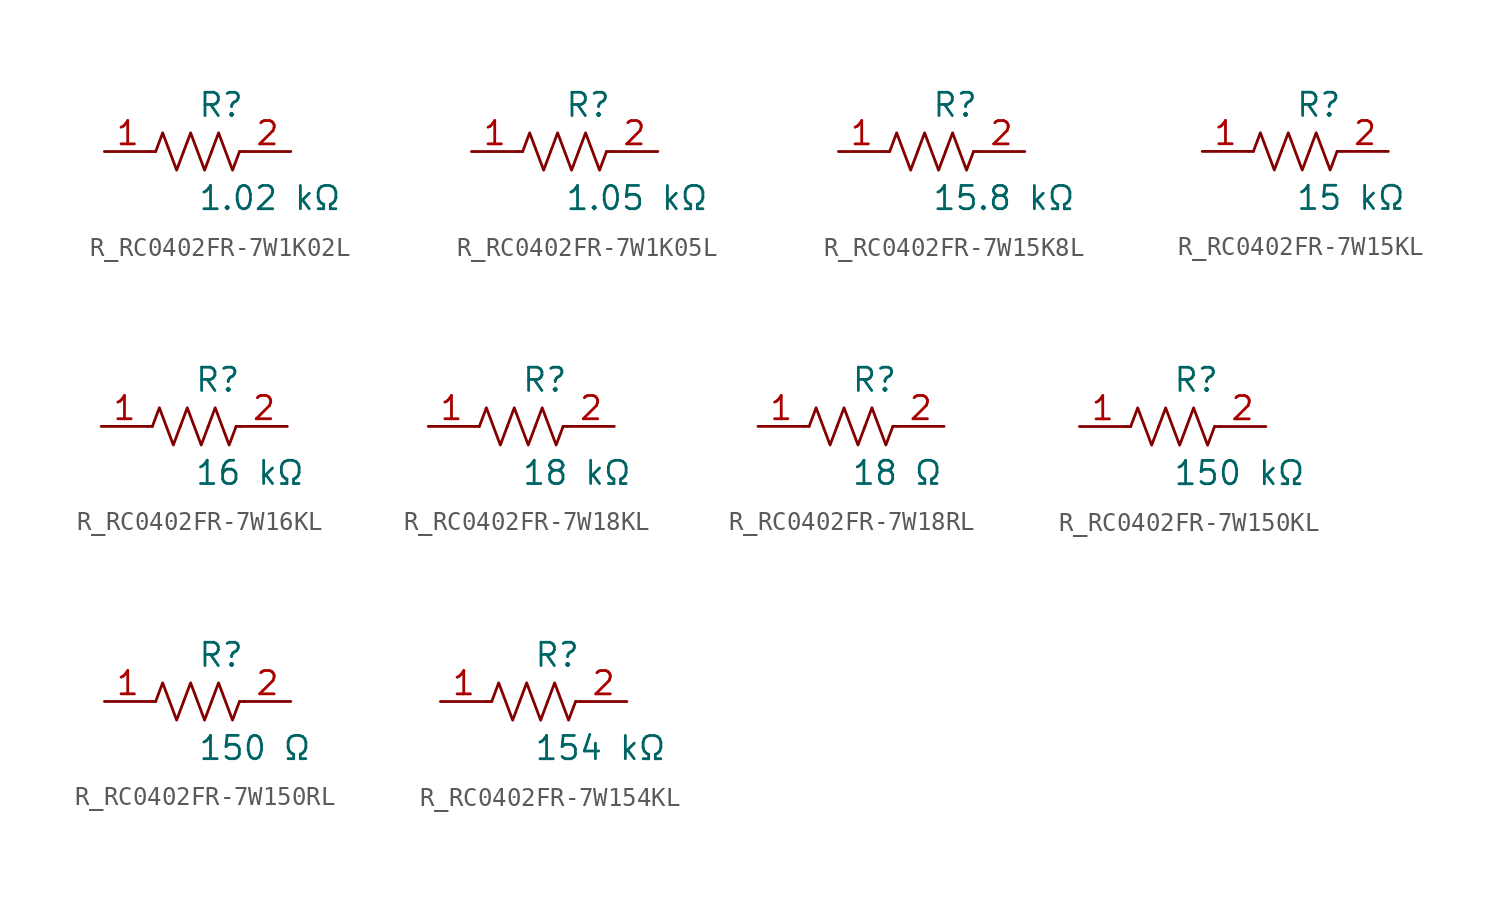
<source format=kicad_sym>
(kicad_symbol_lib
  (version 20231120)
  (generator kicad_symbol_editor)
  (generator_version 8.0)
  (symbol "R_RC0402FR-7W1K02L"
    (pin_names
      (offset 0.254))
    (property "Reference" "R"
      (at 0 2.54 0)
      (effects (font (size 1.27 1.27)) (justify left)))
    (property "Value" "1.02 kΩ"
      (at 0 -2.54 0)
      (effects (font (size 1.27 1.27)) (justify left)))
    (symbol "R_RC0402FR-7W1K02L_0_1"
      (polyline (pts (xy 2.286 0) (xy 2.54 0)) (stroke (width 0) (type default)) (fill (type none)))
      (polyline (pts (xy -2.286 0) (xy -2.54 0)) (stroke (width 0) (type default)) (fill (type none)))
      (polyline (pts (xy 0.762 0) (xy 1.143 1.016) (xy 1.524 0) (xy 1.905 -1.016) (xy 2.286 0)) (stroke (width 0) (type default)) (fill (type none)))
      (polyline (pts (xy -0.762 0) (xy -0.381 1.016) (xy 0 0) (xy 0.381 -1.016) (xy 0.762 0)) (stroke (width 0) (type default)) (fill (type none)))
      (polyline (pts (xy -2.286 0) (xy -1.905 1.016) (xy -1.524 0) (xy -1.143 -1.016) (xy -0.762 0)) (stroke (width 0) (type default)) (fill (type none))))
    (pin passive line
      (at -5.08 0 0)
      (length 2.54)
      (name "" (effects (font (size 1.27 1.27))))
      (number "1" (effects (font (size 1.27 1.27)))))
    (pin passive line
      (at 5.08 0 180)
      (length 2.54)
      (name "" (effects (font (size 1.27 1.27))))
      (number "2" (effects (font (size 1.27 1.27))))))
  (symbol "R_RC0402FR-7W1K05L"
    (pin_names
      (offset 0.254))
    (property "Reference" "R"
      (at 0 2.54 0)
      (effects (font (size 1.27 1.27)) (justify left)))
    (property "Value" "1.05 kΩ"
      (at 0 -2.54 0)
      (effects (font (size 1.27 1.27)) (justify left)))
    (symbol "R_RC0402FR-7W1K05L_0_1"
      (polyline (pts (xy 2.286 0) (xy 2.54 0)) (stroke (width 0) (type default)) (fill (type none)))
      (polyline (pts (xy -2.286 0) (xy -2.54 0)) (stroke (width 0) (type default)) (fill (type none)))
      (polyline (pts (xy 0.762 0) (xy 1.143 1.016) (xy 1.524 0) (xy 1.905 -1.016) (xy 2.286 0)) (stroke (width 0) (type default)) (fill (type none)))
      (polyline (pts (xy -0.762 0) (xy -0.381 1.016) (xy 0 0) (xy 0.381 -1.016) (xy 0.762 0)) (stroke (width 0) (type default)) (fill (type none)))
      (polyline (pts (xy -2.286 0) (xy -1.905 1.016) (xy -1.524 0) (xy -1.143 -1.016) (xy -0.762 0)) (stroke (width 0) (type default)) (fill (type none))))
    (pin passive line
      (at -5.08 0 0)
      (length 2.54)
      (name "" (effects (font (size 1.27 1.27))))
      (number "1" (effects (font (size 1.27 1.27)))))
    (pin passive line
      (at 5.08 0 180)
      (length 2.54)
      (name "" (effects (font (size 1.27 1.27))))
      (number "2" (effects (font (size 1.27 1.27))))))
  (symbol "R_RC0402FR-7W15K8L"
    (pin_names
      (offset 0.254))
    (property "Reference" "R"
      (at 0 2.54 0)
      (effects (font (size 1.27 1.27)) (justify left)))
    (property "Value" "15.8 kΩ"
      (at 0 -2.54 0)
      (effects (font (size 1.27 1.27)) (justify left)))
    (symbol "R_RC0402FR-7W15K8L_0_1"
      (polyline (pts (xy 2.286 0) (xy 2.54 0)) (stroke (width 0) (type default)) (fill (type none)))
      (polyline (pts (xy -2.286 0) (xy -2.54 0)) (stroke (width 0) (type default)) (fill (type none)))
      (polyline (pts (xy 0.762 0) (xy 1.143 1.016) (xy 1.524 0) (xy 1.905 -1.016) (xy 2.286 0)) (stroke (width 0) (type default)) (fill (type none)))
      (polyline (pts (xy -0.762 0) (xy -0.381 1.016) (xy 0 0) (xy 0.381 -1.016) (xy 0.762 0)) (stroke (width 0) (type default)) (fill (type none)))
      (polyline (pts (xy -2.286 0) (xy -1.905 1.016) (xy -1.524 0) (xy -1.143 -1.016) (xy -0.762 0)) (stroke (width 0) (type default)) (fill (type none))))
    (pin passive line
      (at -5.08 0 0)
      (length 2.54)
      (name "" (effects (font (size 1.27 1.27))))
      (number "1" (effects (font (size 1.27 1.27)))))
    (pin passive line
      (at 5.08 0 180)
      (length 2.54)
      (name "" (effects (font (size 1.27 1.27))))
      (number "2" (effects (font (size 1.27 1.27))))))
  (symbol "R_RC0402FR-7W15KL"
    (pin_names
      (offset 0.254))
    (property "Reference" "R"
      (at 0 2.54 0)
      (effects (font (size 1.27 1.27)) (justify left)))
    (property "Value" "15 kΩ"
      (at 0 -2.54 0)
      (effects (font (size 1.27 1.27)) (justify left)))
    (symbol "R_RC0402FR-7W15KL_0_1"
      (polyline (pts (xy 2.286 0) (xy 2.54 0)) (stroke (width 0) (type default)) (fill (type none)))
      (polyline (pts (xy -2.286 0) (xy -2.54 0)) (stroke (width 0) (type default)) (fill (type none)))
      (polyline (pts (xy 0.762 0) (xy 1.143 1.016) (xy 1.524 0) (xy 1.905 -1.016) (xy 2.286 0)) (stroke (width 0) (type default)) (fill (type none)))
      (polyline (pts (xy -0.762 0) (xy -0.381 1.016) (xy 0 0) (xy 0.381 -1.016) (xy 0.762 0)) (stroke (width 0) (type default)) (fill (type none)))
      (polyline (pts (xy -2.286 0) (xy -1.905 1.016) (xy -1.524 0) (xy -1.143 -1.016) (xy -0.762 0)) (stroke (width 0) (type default)) (fill (type none))))
    (pin passive line
      (at -5.08 0 0)
      (length 2.54)
      (name "" (effects (font (size 1.27 1.27))))
      (number "1" (effects (font (size 1.27 1.27)))))
    (pin passive line
      (at 5.08 0 180)
      (length 2.54)
      (name "" (effects (font (size 1.27 1.27))))
      (number "2" (effects (font (size 1.27 1.27))))))
  (symbol "R_RC0402FR-7W16KL"
    (pin_names
      (offset 0.254))
    (property "Reference" "R"
      (at 0 2.54 0)
      (effects (font (size 1.27 1.27)) (justify left)))
    (property "Value" "16 kΩ"
      (at 0 -2.54 0)
      (effects (font (size 1.27 1.27)) (justify left)))
    (symbol "R_RC0402FR-7W16KL_0_1"
      (polyline (pts (xy 2.286 0) (xy 2.54 0)) (stroke (width 0) (type default)) (fill (type none)))
      (polyline (pts (xy -2.286 0) (xy -2.54 0)) (stroke (width 0) (type default)) (fill (type none)))
      (polyline (pts (xy 0.762 0) (xy 1.143 1.016) (xy 1.524 0) (xy 1.905 -1.016) (xy 2.286 0)) (stroke (width 0) (type default)) (fill (type none)))
      (polyline (pts (xy -0.762 0) (xy -0.381 1.016) (xy 0 0) (xy 0.381 -1.016) (xy 0.762 0)) (stroke (width 0) (type default)) (fill (type none)))
      (polyline (pts (xy -2.286 0) (xy -1.905 1.016) (xy -1.524 0) (xy -1.143 -1.016) (xy -0.762 0)) (stroke (width 0) (type default)) (fill (type none))))
    (pin passive line
      (at -5.08 0 0)
      (length 2.54)
      (name "" (effects (font (size 1.27 1.27))))
      (number "1" (effects (font (size 1.27 1.27)))))
    (pin passive line
      (at 5.08 0 180)
      (length 2.54)
      (name "" (effects (font (size 1.27 1.27))))
      (number "2" (effects (font (size 1.27 1.27))))))
  (symbol "R_RC0402FR-7W18KL"
    (pin_names
      (offset 0.254))
    (property "Reference" "R"
      (at 0 2.54 0)
      (effects (font (size 1.27 1.27)) (justify left)))
    (property "Value" "18 kΩ"
      (at 0 -2.54 0)
      (effects (font (size 1.27 1.27)) (justify left)))
    (symbol "R_RC0402FR-7W18KL_0_1"
      (polyline (pts (xy 2.286 0) (xy 2.54 0)) (stroke (width 0) (type default)) (fill (type none)))
      (polyline (pts (xy -2.286 0) (xy -2.54 0)) (stroke (width 0) (type default)) (fill (type none)))
      (polyline (pts (xy 0.762 0) (xy 1.143 1.016) (xy 1.524 0) (xy 1.905 -1.016) (xy 2.286 0)) (stroke (width 0) (type default)) (fill (type none)))
      (polyline (pts (xy -0.762 0) (xy -0.381 1.016) (xy 0 0) (xy 0.381 -1.016) (xy 0.762 0)) (stroke (width 0) (type default)) (fill (type none)))
      (polyline (pts (xy -2.286 0) (xy -1.905 1.016) (xy -1.524 0) (xy -1.143 -1.016) (xy -0.762 0)) (stroke (width 0) (type default)) (fill (type none))))
    (pin passive line
      (at -5.08 0 0)
      (length 2.54)
      (name "" (effects (font (size 1.27 1.27))))
      (number "1" (effects (font (size 1.27 1.27)))))
    (pin passive line
      (at 5.08 0 180)
      (length 2.54)
      (name "" (effects (font (size 1.27 1.27))))
      (number "2" (effects (font (size 1.27 1.27))))))
  (symbol "R_RC0402FR-7W18RL"
    (pin_names
      (offset 0.254))
    (property "Reference" "R"
      (at 0 2.54 0)
      (effects (font (size 1.27 1.27)) (justify left)))
    (property "Value" "18 Ω"
      (at 0 -2.54 0)
      (effects (font (size 1.27 1.27)) (justify left)))
    (symbol "R_RC0402FR-7W18RL_0_1"
      (polyline (pts (xy 2.286 0) (xy 2.54 0)) (stroke (width 0) (type default)) (fill (type none)))
      (polyline (pts (xy -2.286 0) (xy -2.54 0)) (stroke (width 0) (type default)) (fill (type none)))
      (polyline (pts (xy 0.762 0) (xy 1.143 1.016) (xy 1.524 0) (xy 1.905 -1.016) (xy 2.286 0)) (stroke (width 0) (type default)) (fill (type none)))
      (polyline (pts (xy -0.762 0) (xy -0.381 1.016) (xy 0 0) (xy 0.381 -1.016) (xy 0.762 0)) (stroke (width 0) (type default)) (fill (type none)))
      (polyline (pts (xy -2.286 0) (xy -1.905 1.016) (xy -1.524 0) (xy -1.143 -1.016) (xy -0.762 0)) (stroke (width 0) (type default)) (fill (type none))))
    (pin passive line
      (at -5.08 0 0)
      (length 2.54)
      (name "" (effects (font (size 1.27 1.27))))
      (number "1" (effects (font (size 1.27 1.27)))))
    (pin passive line
      (at 5.08 0 180)
      (length 2.54)
      (name "" (effects (font (size 1.27 1.27))))
      (number "2" (effects (font (size 1.27 1.27))))))
  (symbol "R_RC0402FR-7W150KL"
    (pin_names
      (offset 0.254))
    (property "Reference" "R"
      (at 0 2.54 0)
      (effects (font (size 1.27 1.27)) (justify left)))
    (property "Value" "150 kΩ"
      (at 0 -2.54 0)
      (effects (font (size 1.27 1.27)) (justify left)))
    (symbol "R_RC0402FR-7W150KL_0_1"
      (polyline (pts (xy 2.286 0) (xy 2.54 0)) (stroke (width 0) (type default)) (fill (type none)))
      (polyline (pts (xy -2.286 0) (xy -2.54 0)) (stroke (width 0) (type default)) (fill (type none)))
      (polyline (pts (xy 0.762 0) (xy 1.143 1.016) (xy 1.524 0) (xy 1.905 -1.016) (xy 2.286 0)) (stroke (width 0) (type default)) (fill (type none)))
      (polyline (pts (xy -0.762 0) (xy -0.381 1.016) (xy 0 0) (xy 0.381 -1.016) (xy 0.762 0)) (stroke (width 0) (type default)) (fill (type none)))
      (polyline (pts (xy -2.286 0) (xy -1.905 1.016) (xy -1.524 0) (xy -1.143 -1.016) (xy -0.762 0)) (stroke (width 0) (type default)) (fill (type none))))
    (pin passive line
      (at -5.08 0 0)
      (length 2.54)
      (name "" (effects (font (size 1.27 1.27))))
      (number "1" (effects (font (size 1.27 1.27)))))
    (pin passive line
      (at 5.08 0 180)
      (length 2.54)
      (name "" (effects (font (size 1.27 1.27))))
      (number "2" (effects (font (size 1.27 1.27))))))
  (symbol "R_RC0402FR-7W150RL"
    (pin_names
      (offset 0.254))
    (property "Reference" "R"
      (at 0 2.54 0)
      (effects (font (size 1.27 1.27)) (justify left)))
    (property "Value" "150 Ω"
      (at 0 -2.54 0)
      (effects (font (size 1.27 1.27)) (justify left)))
    (symbol "R_RC0402FR-7W150RL_0_1"
      (polyline (pts (xy 2.286 0) (xy 2.54 0)) (stroke (width 0) (type default)) (fill (type none)))
      (polyline (pts (xy -2.286 0) (xy -2.54 0)) (stroke (width 0) (type default)) (fill (type none)))
      (polyline (pts (xy 0.762 0) (xy 1.143 1.016) (xy 1.524 0) (xy 1.905 -1.016) (xy 2.286 0)) (stroke (width 0) (type default)) (fill (type none)))
      (polyline (pts (xy -0.762 0) (xy -0.381 1.016) (xy 0 0) (xy 0.381 -1.016) (xy 0.762 0)) (stroke (width 0) (type default)) (fill (type none)))
      (polyline (pts (xy -2.286 0) (xy -1.905 1.016) (xy -1.524 0) (xy -1.143 -1.016) (xy -0.762 0)) (stroke (width 0) (type default)) (fill (type none))))
    (pin passive line
      (at -5.08 0 0)
      (length 2.54)
      (name "" (effects (font (size 1.27 1.27))))
      (number "1" (effects (font (size 1.27 1.27)))))
    (pin passive line
      (at 5.08 0 180)
      (length 2.54)
      (name "" (effects (font (size 1.27 1.27))))
      (number "2" (effects (font (size 1.27 1.27))))))
  (symbol "R_RC0402FR-7W154KL"
    (pin_names
      (offset 0.254))
    (property "Reference" "R"
      (at 0 2.54 0)
      (effects (font (size 1.27 1.27)) (justify left)))
    (property "Value" "154 kΩ"
      (at 0 -2.54 0)
      (effects (font (size 1.27 1.27)) (justify left)))
    (symbol "R_RC0402FR-7W154KL_0_1"
      (polyline (pts (xy 2.286 0) (xy 2.54 0)) (stroke (width 0) (type default)) (fill (type none)))
      (polyline (pts (xy -2.286 0) (xy -2.54 0)) (stroke (width 0) (type default)) (fill (type none)))
      (polyline (pts (xy 0.762 0) (xy 1.143 1.016) (xy 1.524 0) (xy 1.905 -1.016) (xy 2.286 0)) (stroke (width 0) (type default)) (fill (type none)))
      (polyline (pts (xy -0.762 0) (xy -0.381 1.016) (xy 0 0) (xy 0.381 -1.016) (xy 0.762 0)) (stroke (width 0) (type default)) (fill (type none)))
      (polyline (pts (xy -2.286 0) (xy -1.905 1.016) (xy -1.524 0) (xy -1.143 -1.016) (xy -0.762 0)) (stroke (width 0) (type default)) (fill (type none))))
    (pin passive line
      (at -5.08 0 0)
      (length 2.54)
      (name "" (effects (font (size 1.27 1.27))))
      (number "1" (effects (font (size 1.27 1.27)))))
    (pin passive line
      (at 5.08 0 180)
      (length 2.54)
      (name "" (effects (font (size 1.27 1.27))))
      (number "2" (effects (font (size 1.27 1.27)))))))
</source>
